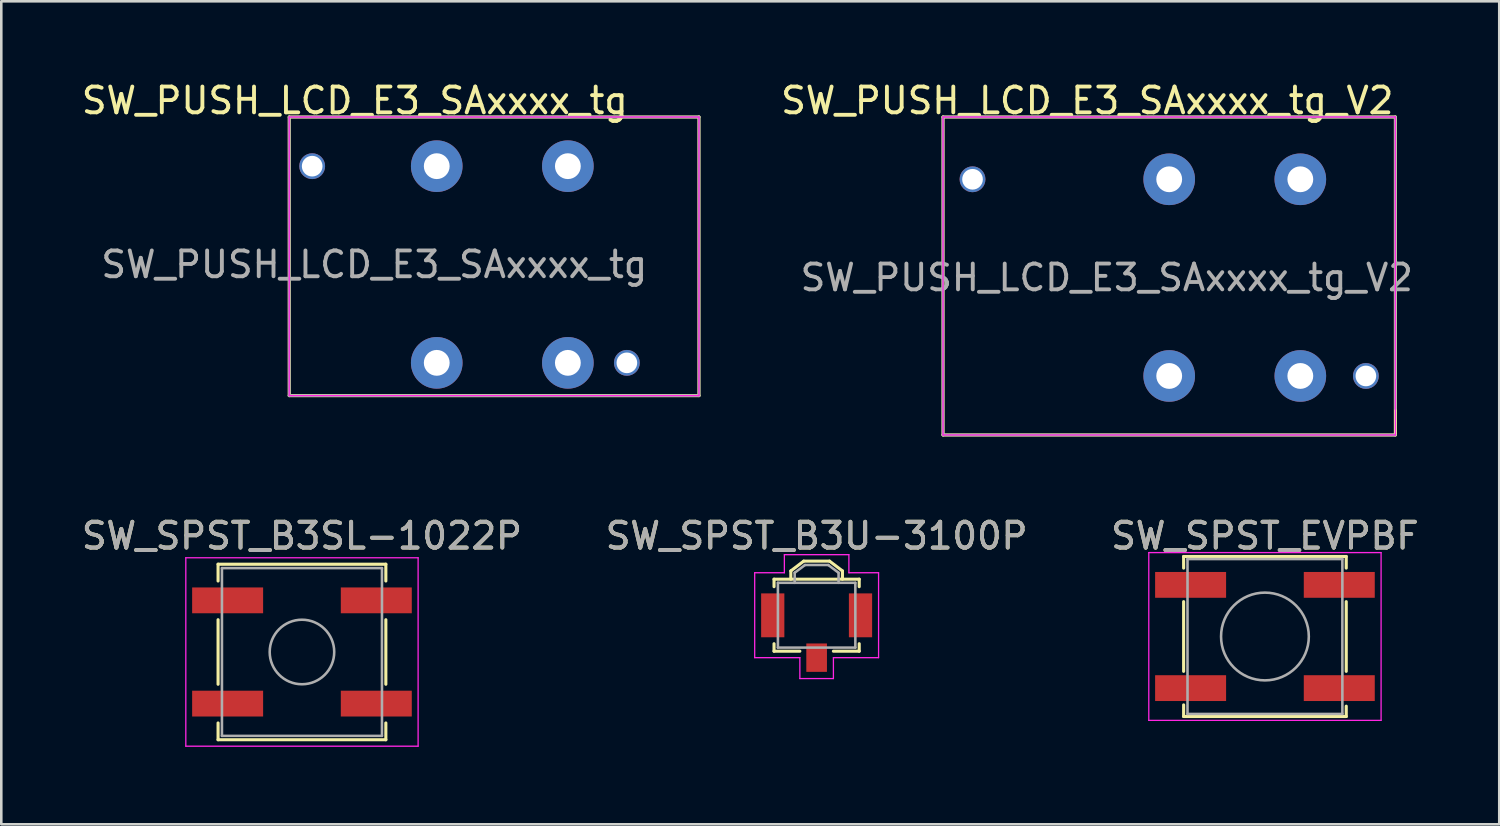
<source format=kicad_pcb>
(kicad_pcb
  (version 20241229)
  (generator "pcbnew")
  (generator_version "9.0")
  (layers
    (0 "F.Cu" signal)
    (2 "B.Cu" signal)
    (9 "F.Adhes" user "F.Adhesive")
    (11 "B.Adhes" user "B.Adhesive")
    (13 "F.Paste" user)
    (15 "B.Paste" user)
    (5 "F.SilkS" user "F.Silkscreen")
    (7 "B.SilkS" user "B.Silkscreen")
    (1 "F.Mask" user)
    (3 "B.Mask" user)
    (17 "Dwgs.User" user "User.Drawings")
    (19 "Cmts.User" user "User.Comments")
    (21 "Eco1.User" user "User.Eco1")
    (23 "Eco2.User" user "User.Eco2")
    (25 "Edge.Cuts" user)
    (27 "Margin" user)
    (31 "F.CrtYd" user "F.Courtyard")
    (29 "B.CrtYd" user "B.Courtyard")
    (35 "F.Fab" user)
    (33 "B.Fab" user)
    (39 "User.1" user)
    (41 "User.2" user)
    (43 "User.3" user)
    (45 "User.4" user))
  (footprint "SW_PUSH_LCD_E3_SAxxxx_tg_V2"
    (layer "F.Cu")
    (at 42.249 3.896)
    (property "Reference" "SW_PUSH_LCD_E3_SAxxxx_tg_V2" (at -3.175 -3.048 0) (layer "F.SilkS") (effects (font (size 1 1) (thickness 0.15))))
    (attr through_hole)
    (fp_line (start -8.763 -2.413) (end -8.763 9.906) (stroke (width 0.12) (type solid)) (layer "F.SilkS"))
    (fp_line (start -8.763 9.906) (end 8.763 9.906) (stroke (width 0.12) (type solid)) (layer "F.SilkS"))
    (fp_line (start 8.763 -2.413) (end -8.763 -2.413) (stroke (width 0.12) (type solid)) (layer "F.SilkS"))
    (fp_line (start 8.763 9.906) (end 8.763 -2.413) (stroke (width 0.12) (type solid)) (layer "F.SilkS"))
    (fp_line (start -8.763 -2.413) (end -8.763 9.906) (stroke (width 0.05) (type solid)) (layer "F.CrtYd"))
    (fp_line (start -8.763 9.906) (end 8.763 9.906) (stroke (width 0.05) (type solid)) (layer "F.CrtYd"))
    (fp_line (start 8.763 -2.413) (end -8.763 -2.413) (stroke (width 0.05) (type solid)) (layer "F.CrtYd"))
    (fp_line (start 8.763 9.906) (end 8.763 -2.413) (stroke (width 0.05) (type solid)) (layer "F.CrtYd"))
    (fp_line (start -8.763 -2.413) (end -8.763 9.906) (stroke (width 0.1) (type solid)) (layer "F.Fab"))
    (fp_line (start -8.763 9.906) (end 8.763 9.906) (stroke (width 0.1) (type solid)) (layer "F.Fab"))
    (fp_line (start 8.763 -2.413) (end -8.763 -2.413) (stroke (width 0.1) (type solid)) (layer "F.Fab"))
    (fp_line (start 8.763 -2.413) (end 8.763 8.89) (stroke (width 0.1) (type solid)) (layer "F.Fab"))
    (fp_text user "${REFERENCE}" (at -2.42 3.81 0) (layer "F.Fab") (effects (font (size 1 1) (thickness 0.15))))
    (pad "0" thru_hole circle (at 0 0) (size 2 2) (drill 1) (layers "*.Cu" "*.Mask"))
    (pad "0" thru_hole circle (at 0 7.62) (size 2 2) (drill 1) (layers "*.Cu" "*.Mask"))
    (pad "1" thru_hole circle (at 5.08 7.62) (size 2 2) (drill 1) (layers "*.Cu" "*.Mask"))
    (pad "2" thru_hole circle (at 5.08 0) (size 2 2) (drill 1) (layers "*.Cu" "*.Mask"))
    (pad "5" thru_hole circle (at -7.62 0) (size 1 1) (drill 0.8) (layers "*.Cu" "*.Mask"))
    (pad "6" thru_hole circle (at 7.62 7.62) (size 1 1) (drill 0.8) (layers "*.Cu" "*.Mask")))
  (footprint "SW_PUSH_LCD_E3_SAxxxx_tg"
    (layer "F.Cu")
    (at 18.951 3.388)
    (property "Reference" "SW_PUSH_LCD_E3_SAxxxx_tg" (at -8.255 -2.54 0) (layer "F.SilkS") (effects (font (size 1 1) (thickness 0.15))))
    (attr through_hole)
    (fp_line (start -10.795 -1.905) (end -10.795 8.89) (stroke (width 0.12) (type solid)) (layer "F.SilkS"))
    (fp_line (start -10.795 8.89) (end 5.08 8.89) (stroke (width 0.12) (type solid)) (layer "F.SilkS"))
    (fp_line (start 5.08 -1.905) (end -10.795 -1.905) (stroke (width 0.12) (type solid)) (layer "F.SilkS"))
    (fp_line (start 5.08 8.89) (end 5.08 -1.905) (stroke (width 0.12) (type solid)) (layer "F.SilkS"))
    (fp_line (start -10.795 -1.905) (end -10.795 8.89) (stroke (width 0.05) (type solid)) (layer "F.CrtYd"))
    (fp_line (start -10.795 8.89) (end 5.08 8.89) (stroke (width 0.05) (type solid)) (layer "F.CrtYd"))
    (fp_line (start 5.08 -1.905) (end -10.795 -1.905) (stroke (width 0.05) (type solid)) (layer "F.CrtYd"))
    (fp_line (start 5.08 8.89) (end 5.08 -1.905) (stroke (width 0.05) (type solid)) (layer "F.CrtYd"))
    (fp_line (start -10.795 -1.905) (end -10.795 8.89) (stroke (width 0.1) (type solid)) (layer "F.Fab"))
    (fp_line (start -10.795 8.89) (end 5.08 8.89) (stroke (width 0.1) (type solid)) (layer "F.Fab"))
    (fp_line (start 5.08 -1.905) (end -10.795 -1.905) (stroke (width 0.1) (type solid)) (layer "F.Fab"))
    (fp_line (start 5.08 -1.905) (end 5.08 8.89) (stroke (width 0.1) (type solid)) (layer "F.Fab"))
    (fp_text user "${REFERENCE}" (at -7.5 3.81 0) (layer "F.Fab") (effects (font (size 1 1) (thickness 0.15))))
    (pad "0" thru_hole circle (at -5.08 0) (size 2 2) (drill 1) (layers "*.Cu" "*.Mask"))
    (pad "0" thru_hole circle (at -5.08 7.62) (size 2 2) (drill 1) (layers "*.Cu" "*.Mask"))
    (pad "1" thru_hole circle (at 0 0) (size 2 2) (drill 1) (layers "*.Cu" "*.Mask"))
    (pad "2" thru_hole circle (at 0 7.62) (size 2 2) (drill 1) (layers "*.Cu" "*.Mask"))
    (pad "5" thru_hole circle (at -9.906 0) (size 1 1) (drill 0.8) (layers "*.Cu" "*.Mask"))
    (pad "6" thru_hole circle (at 2.286 7.62) (size 1 1) (drill 0.8) (layers "*.Cu" "*.Mask")))
  (footprint "SW_SPST_B3U-3100P"
    (layer "F.Cu")
    (at 28.589 21.61)
    (property "Reference" "SW_SPST_B3U-3100P" (at 0 -3.9 0) (layer "F.SilkS") (effects (font (size 1 1) (thickness 0.15))))
    (attr smd)
    (fp_line (start -1.65 -2.22) (end 1.65 -2.22) (stroke (width 0.12) (type solid)) (layer "F.SilkS"))
    (fp_line (start -1.65 -1.93) (end -1.65 -2.22) (stroke (width 0.12) (type solid)) (layer "F.SilkS"))
    (fp_line (start -1.65 0.28) (end -1.65 0.57) (stroke (width 0.12) (type solid)) (layer "F.SilkS"))
    (fp_line (start -1.65 0.57) (end -0.65 0.57) (stroke (width 0.12) (type solid)) (layer "F.SilkS"))
    (fp_line (start -1 -2.54) (end -1 -2.22) (stroke (width 0.12) (type solid)) (layer "F.SilkS"))
    (fp_line (start -0.5 -2.92) (end -1 -2.54) (stroke (width 0.12) (type solid)) (layer "F.SilkS"))
    (fp_line (start -0.5 -2.92) (end 0.5 -2.92) (stroke (width 0.12) (type solid)) (layer "F.SilkS"))
    (fp_line (start 0.5 -2.92) (end 1 -2.54) (stroke (width 0.12) (type solid)) (layer "F.SilkS"))
    (fp_line (start 1 -2.54) (end 1 -2.22) (stroke (width 0.12) (type solid)) (layer "F.SilkS"))
    (fp_line (start 1.65 -2.22) (end 1.65 -1.93) (stroke (width 0.12) (type solid)) (layer "F.SilkS"))
    (fp_line (start 1.65 0.57) (end 0.65 0.57) (stroke (width 0.12) (type solid)) (layer "F.SilkS"))
    (fp_line (start 1.65 0.57) (end 1.65 0.28) (stroke (width 0.12) (type solid)) (layer "F.SilkS"))
    (fp_line (start -2.4 -2.47) (end -2.4 0.82) (stroke (width 0.05) (type solid)) (layer "F.CrtYd"))
    (fp_line (start -2.4 0.82) (end -0.65 0.82) (stroke (width 0.05) (type solid)) (layer "F.CrtYd"))
    (fp_line (start -1.25 -3.17) (end 1.25 -3.17) (stroke (width 0.05) (type solid)) (layer "F.CrtYd"))
    (fp_line (start -1.25 -2.47) (end -2.4 -2.47) (stroke (width 0.05) (type solid)) (layer "F.CrtYd"))
    (fp_line (start -1.25 -2.47) (end -1.25 -3.17) (stroke (width 0.05) (type solid)) (layer "F.CrtYd"))
    (fp_line (start -0.65 0.82) (end -0.65 1.63) (stroke (width 0.05) (type solid)) (layer "F.CrtYd"))
    (fp_line (start -0.65 1.63) (end 0.65 1.63) (stroke (width 0.05) (type solid)) (layer "F.CrtYd"))
    (fp_line (start 0.65 0.82) (end 2.4 0.82) (stroke (width 0.05) (type solid)) (layer "F.CrtYd"))
    (fp_line (start 0.65 1.63) (end 0.65 0.82) (stroke (width 0.05) (type solid)) (layer "F.CrtYd"))
    (fp_line (start 1.25 -3.17) (end 1.25 -2.47) (stroke (width 0.05) (type solid)) (layer "F.CrtYd"))
    (fp_line (start 1.25 -2.47) (end 2.4 -2.47) (stroke (width 0.05) (type solid)) (layer "F.CrtYd"))
    (fp_line (start 2.4 0.82) (end 2.4 -2.47) (stroke (width 0.05) (type solid)) (layer "F.CrtYd"))
    (fp_line (start -1.5 -2.08) (end 1.5 -2.08) (stroke (width 0.1) (type solid)) (layer "F.Fab"))
    (fp_line (start -1.5 0.43) (end -1.5 -2.08) (stroke (width 0.1) (type solid)) (layer "F.Fab"))
    (fp_line (start -0.85 -2.47) (end -0.45 -2.77) (stroke (width 0.1) (type solid)) (layer "F.Fab"))
    (fp_line (start -0.85 -2.08) (end -0.85 -2.47) (stroke (width 0.1) (type solid)) (layer "F.Fab"))
    (fp_line (start -0.45 -2.77) (end 0.45 -2.77) (stroke (width 0.1) (type solid)) (layer "F.Fab"))
    (fp_line (start 0.45 -2.77) (end 0.85 -2.47) (stroke (width 0.1) (type solid)) (layer "F.Fab"))
    (fp_line (start 0.85 -2.47) (end 0.85 -2.08) (stroke (width 0.1) (type solid)) (layer "F.Fab"))
    (fp_line (start 1.5 -2.08) (end 1.5 0.43) (stroke (width 0.1) (type solid)) (layer "F.Fab"))
    (fp_line (start 1.5 0.43) (end -1.5 0.43) (stroke (width 0.1) (type solid)) (layer "F.Fab"))
    (fp_text user "${REFERENCE}" (at 0 -3.9 0) (layer "F.Fab") (effects (font (size 1 1) (thickness 0.15))))
    (pad "1" smd rect (at -1.7 -0.82) (size 0.9 1.7) (layers "F.Cu" "F.Mask" "F.Paste"))
    (pad "2" smd rect (at 1.7 -0.82) (size 0.9 1.7) (layers "F.Cu" "F.Mask" "F.Paste"))
    (pad "3" smd rect (at 0 0.82) (size 0.8 1.1) (layers "F.Cu" "F.Mask" "F.Paste")))
  (footprint "SW_SPST_B3SL-1022P"
    (layer "F.Cu")
    (at 8.649 22.21)
    (property "Reference" "SW_SPST_B3SL-1022P" (at 0 -4.5 0) (layer "F.SilkS") (effects (font (size 1 1) (thickness 0.15))))
    (attr smd)
    (fp_line (start -3.25 -3.4) (end -3.25 -2.75) (stroke (width 0.12) (type solid)) (layer "F.SilkS"))
    (fp_line (start -3.25 -1.25) (end -3.25 1.25) (stroke (width 0.12) (type solid)) (layer "F.SilkS"))
    (fp_line (start -3.25 3.4) (end -3.25 2.75) (stroke (width 0.12) (type solid)) (layer "F.SilkS"))
    (fp_line (start 3.25 -3.4) (end -3.25 -3.4) (stroke (width 0.12) (type solid)) (layer "F.SilkS"))
    (fp_line (start 3.25 -2.75) (end 3.25 -3.4) (stroke (width 0.12) (type solid)) (layer "F.SilkS"))
    (fp_line (start 3.25 -1.25) (end 3.25 1.25) (stroke (width 0.12) (type solid)) (layer "F.SilkS"))
    (fp_line (start 3.25 2.75) (end 3.25 3.4) (stroke (width 0.12) (type solid)) (layer "F.SilkS"))
    (fp_line (start 3.25 3.4) (end -3.25 3.4) (stroke (width 0.12) (type solid)) (layer "F.SilkS"))
    (fp_line (start -4.5 -3.65) (end -4.5 3.65) (stroke (width 0.05) (type solid)) (layer "F.CrtYd"))
    (fp_line (start -4.5 3.65) (end 4.5 3.65) (stroke (width 0.05) (type solid)) (layer "F.CrtYd"))
    (fp_line (start 4.5 -3.65) (end -4.5 -3.65) (stroke (width 0.05) (type solid)) (layer "F.CrtYd"))
    (fp_line (start 4.5 3.65) (end 4.5 -3.65) (stroke (width 0.05) (type solid)) (layer "F.CrtYd"))
    (fp_line (start -3.1 -3.25) (end 3.1 -3.25) (stroke (width 0.1) (type solid)) (layer "F.Fab"))
    (fp_line (start -3.1 3.25) (end -3.1 -3.25) (stroke (width 0.1) (type solid)) (layer "F.Fab"))
    (fp_line (start 3.1 -3.25) (end 3.1 3.25) (stroke (width 0.1) (type solid)) (layer "F.Fab"))
    (fp_line (start 3.1 3.25) (end -3.1 3.25) (stroke (width 0.1) (type solid)) (layer "F.Fab"))
    (fp_circle (center 0 0) (end 1.25 0) (stroke (width 0.1) (type solid)) (fill no) (layer "F.Fab"))
    (fp_text user "${REFERENCE}" (at 0 -4.5 0) (layer "F.Fab") (effects (font (size 1 1) (thickness 0.15))))
    (pad "1" smd rect (at -2.88 -2) (size 2.75 1) (layers "F.Cu" "F.Mask" "F.Paste"))
    (pad "1" smd rect (at 2.88 -2) (size 2.75 1) (layers "F.Cu" "F.Mask" "F.Paste"))
    (pad "2" smd rect (at -2.88 2) (size 2.75 1) (layers "F.Cu" "F.Mask" "F.Paste"))
    (pad "2" smd rect (at 2.88 2) (size 2.75 1) (layers "F.Cu" "F.Mask" "F.Paste")))
  (footprint "SW_SPST_EVPBF"
    (layer "F.Cu")
    (at 45.958 21.61)
    (property "Reference" "SW_SPST_EVPBF" (at 0 -3.9 0) (layer "F.SilkS") (effects (font (size 1 1) (thickness 0.15))))
    (attr smd)
    (fp_line (start -3.15 -3.1) (end 3.15 -3.1) (stroke (width 0.12) (type solid)) (layer "F.SilkS"))
    (fp_line (start -3.15 -2.65) (end -3.15 -3.1) (stroke (width 0.12) (type solid)) (layer "F.SilkS"))
    (fp_line (start -3.15 1.35) (end -3.15 -1.35) (stroke (width 0.12) (type solid)) (layer "F.SilkS"))
    (fp_line (start -3.15 2.65) (end -3.15 3.1) (stroke (width 0.12) (type solid)) (layer "F.SilkS"))
    (fp_line (start -3.15 3.1) (end 3.15 3.1) (stroke (width 0.12) (type solid)) (layer "F.SilkS"))
    (fp_line (start 3.15 -3.1) (end 3.15 -2.65) (stroke (width 0.12) (type solid)) (layer "F.SilkS"))
    (fp_line (start 3.15 -1.35) (end 3.15 1.35) (stroke (width 0.12) (type solid)) (layer "F.SilkS"))
    (fp_line (start 3.15 3.1) (end 3.15 2.7) (stroke (width 0.12) (type solid)) (layer "F.SilkS"))
    (fp_line (start -4.5 -3.25) (end 4.5 -3.25) (stroke (width 0.05) (type solid)) (layer "F.CrtYd"))
    (fp_line (start -4.5 3.25) (end -4.5 -3.25) (stroke (width 0.05) (type solid)) (layer "F.CrtYd"))
    (fp_line (start 4.5 -3.25) (end 4.5 3.25) (stroke (width 0.05) (type solid)) (layer "F.CrtYd"))
    (fp_line (start 4.5 3.25) (end -4.5 3.25) (stroke (width 0.05) (type solid)) (layer "F.CrtYd"))
    (fp_line (start -3 -3) (end 3 -3) (stroke (width 0.1) (type solid)) (layer "F.Fab"))
    (fp_line (start -3 3) (end -3 -3) (stroke (width 0.1) (type solid)) (layer "F.Fab"))
    (fp_line (start 3 -3) (end 3 3) (stroke (width 0.1) (type solid)) (layer "F.Fab"))
    (fp_line (start 3 3) (end -3 3) (stroke (width 0.1) (type solid)) (layer "F.Fab"))
    (fp_circle (center 0 0) (end 1.7 0) (stroke (width 0.1) (type solid)) (fill no) (layer "F.Fab"))
    (fp_text user "${REFERENCE}" (at 0 -3.9 0) (layer "F.Fab") (effects (font (size 1 1) (thickness 0.15))))
    (pad "1" smd rect (at -2.88 -2) (size 2.75 1) (layers "F.Cu" "F.Mask" "F.Paste"))
    (pad "1" smd rect (at 2.88 -2) (size 2.75 1) (layers "F.Cu" "F.Mask" "F.Paste"))
    (pad "2" smd rect (at -2.88 2) (size 2.75 1) (layers "F.Cu" "F.Mask" "F.Paste"))
    (pad "2" smd rect (at 2.88 2) (size 2.75 1) (layers "F.Cu" "F.Mask" "F.Paste")))
  (gr_rect
    (start -3 -3)
    (end 55.036 28.886)
    (stroke (width 0.1) (type default))
    (fill no)
    (layer "Edge.Cuts")))
</source>
